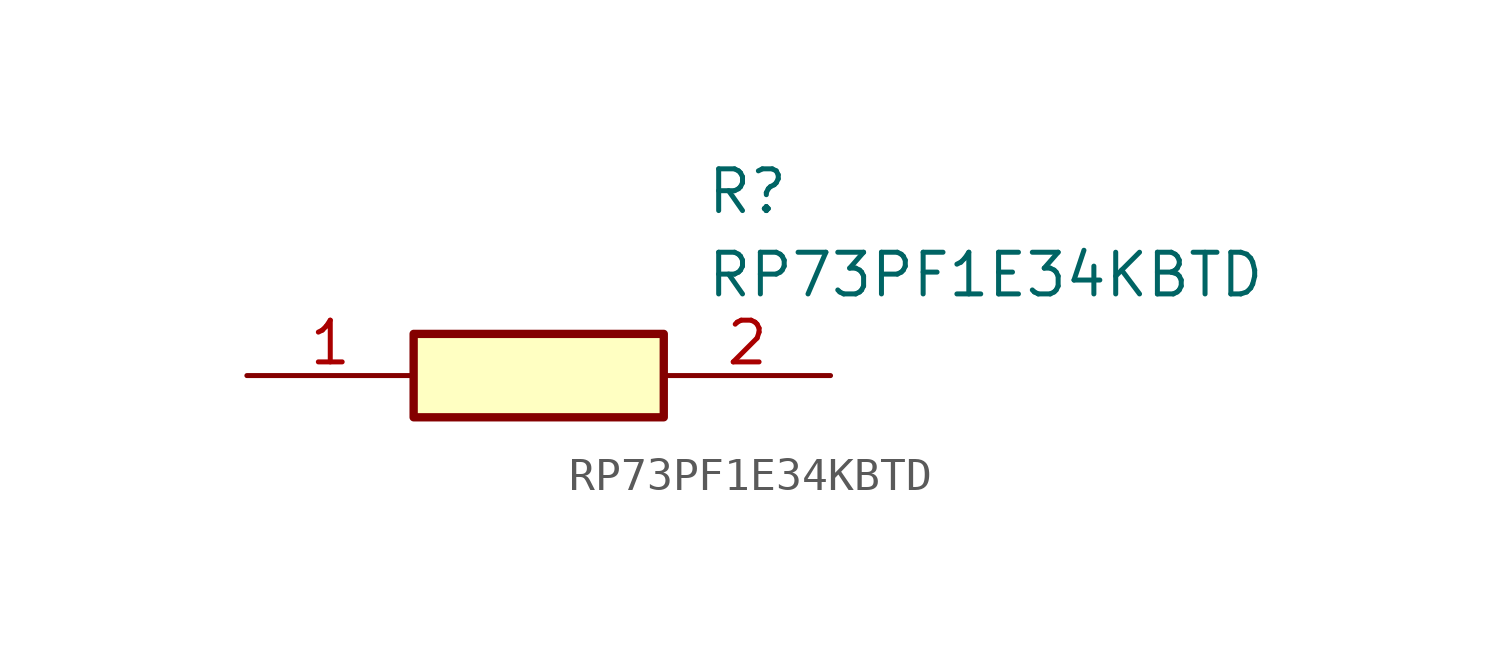
<source format=kicad_sym>
(kicad_symbol_lib
  (version 20211014)
  (generator SamacSys_ECAD_Model)
  (symbol "RP73PF1E34KBTD"
    (pin_names hide)
    (property "Reference" "R"
      (at 13.97 6.35 0)
      (effects (font (size 1.27 1.27)) (justify left top)))
    (property "Value" "RP73PF1E34KBTD"
      (at 13.97 3.81 0)
      (effects (font (size 1.27 1.27)) (justify left top)))
    (rectangle
      (start 5.08 1.27)
      (end 12.7 -1.27)
      (stroke (width 0.254) (type default))
      (fill (type background)))
    (pin passive line
      (at 0 0 0)
      (length 5.08)
      (name "1" (effects (font (size 1.27 1.27))))
      (number "1" (effects (font (size 1.27 1.27)))))
    (pin passive line
      (at 17.78 0 180)
      (length 5.08)
      (name "2" (effects (font (size 1.27 1.27))))
      (number "2" (effects (font (size 1.27 1.27)))))))
</source>
